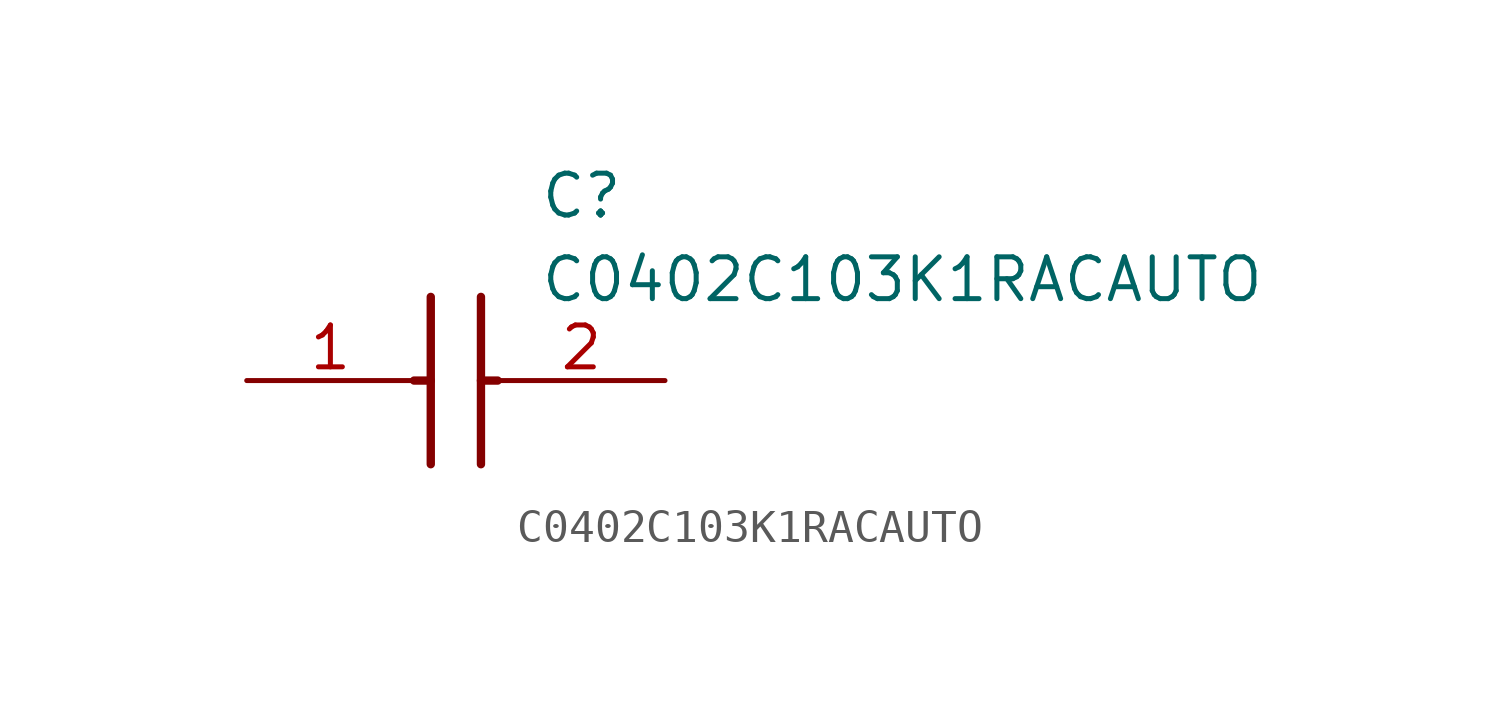
<source format=kicad_sym>
(kicad_symbol_lib
  (version 20211014)
  (generator SamacSys_ECAD_Model)
  (symbol "C0402C103K1RACAUTO"
    (pin_names hide)
    (property "Reference" "C"
      (at 8.89 6.35 0)
      (effects (font (size 1.27 1.27)) (justify left top)))
    (property "Value" "C0402C103K1RACAUTO"
      (at 8.89 3.81 0)
      (effects (font (size 1.27 1.27)) (justify left top)))
    (polyline
      (pts (xy 5.588 2.54) (xy 5.588 -2.54))
      (stroke (width 0.254) (type default))
      (fill (type none)))
    (polyline
      (pts (xy 7.112 2.54) (xy 7.112 -2.54))
      (stroke (width 0.254) (type default))
      (fill (type none)))
    (polyline
      (pts (xy 5.08 0) (xy 5.588 0))
      (stroke (width 0.254) (type default))
      (fill (type none)))
    (polyline
      (pts (xy 7.112 0) (xy 7.62 0))
      (stroke (width 0.254) (type default))
      (fill (type none)))
    (pin passive line
      (at 0 0 0)
      (length 5.08)
      (name "1" (effects (font (size 1.27 1.27))))
      (number "1" (effects (font (size 1.27 1.27)))))
    (pin passive line
      (at 12.7 0 180)
      (length 5.08)
      (name "2" (effects (font (size 1.27 1.27))))
      (number "2" (effects (font (size 1.27 1.27)))))))
</source>
